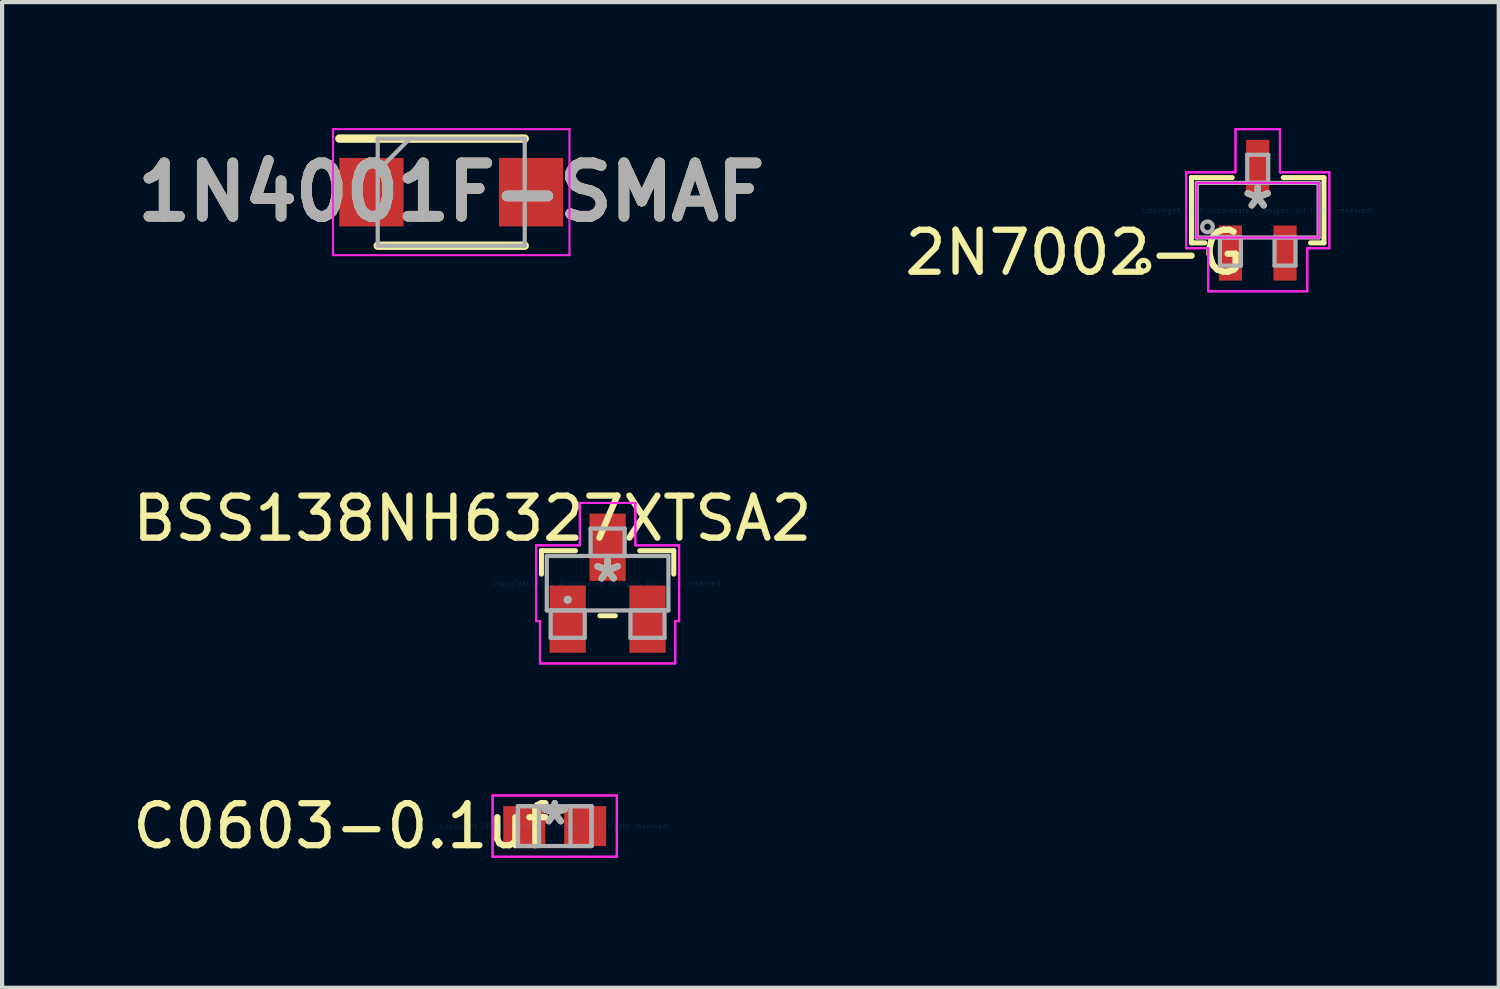
<source format=kicad_pcb>
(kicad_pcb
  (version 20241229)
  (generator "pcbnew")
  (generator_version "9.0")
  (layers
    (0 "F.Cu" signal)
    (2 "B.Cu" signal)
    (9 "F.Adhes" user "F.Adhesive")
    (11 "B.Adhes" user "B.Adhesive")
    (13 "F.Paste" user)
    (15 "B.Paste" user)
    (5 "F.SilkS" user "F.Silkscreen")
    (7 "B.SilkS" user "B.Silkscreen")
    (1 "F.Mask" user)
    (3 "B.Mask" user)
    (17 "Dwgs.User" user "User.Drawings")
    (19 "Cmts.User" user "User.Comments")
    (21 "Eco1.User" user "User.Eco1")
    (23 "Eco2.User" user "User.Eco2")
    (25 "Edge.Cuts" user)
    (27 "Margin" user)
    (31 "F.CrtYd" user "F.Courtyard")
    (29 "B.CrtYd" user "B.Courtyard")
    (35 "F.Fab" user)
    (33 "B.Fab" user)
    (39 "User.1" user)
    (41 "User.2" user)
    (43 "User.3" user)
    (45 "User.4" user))
  (footprint "C0603-0.1uf"
    (layer "F.Cu")
    (at 10.157 16.618)
    (property "Reference" "C0603-0.1uf" (at -5.08 0 0) (layer "F.SilkS") (effects (font (size 1 1) (thickness 0.15))))
    (attr through_hole)
    (fp_line (start -1.479 -0.729) (end 1.479 -0.729) (stroke (width 0.05) (type solid)) (layer "F.CrtYd"))
    (fp_line (start -1.479 -0.729) (end 1.479 -0.729) (stroke (width 0.05) (type solid)) (layer "F.CrtYd"))
    (fp_line (start -1.479 0.729) (end -1.479 -0.729) (stroke (width 0.05) (type solid)) (layer "F.CrtYd"))
    (fp_line (start -1.479 0.729) (end -1.479 -0.729) (stroke (width 0.05) (type solid)) (layer "F.CrtYd"))
    (fp_line (start 1.479 -0.729) (end 1.479 0.729) (stroke (width 0.05) (type solid)) (layer "F.CrtYd"))
    (fp_line (start 1.479 -0.729) (end 1.479 0.729) (stroke (width 0.05) (type solid)) (layer "F.CrtYd"))
    (fp_line (start 1.479 0.729) (end -1.479 0.729) (stroke (width 0.05) (type solid)) (layer "F.CrtYd"))
    (fp_line (start 1.479 0.729) (end -1.479 0.729) (stroke (width 0.05) (type solid)) (layer "F.CrtYd"))
    (fp_line (start -0.875 -0.475) (end -0.875 0.475) (stroke (width 0.1) (type solid)) (layer "F.Fab"))
    (fp_line (start -0.875 -0.475) (end -0.875 0.475) (stroke (width 0.1) (type solid)) (layer "F.Fab"))
    (fp_line (start -0.875 0.475) (end -0.375 0.475) (stroke (width 0.1) (type solid)) (layer "F.Fab"))
    (fp_line (start -0.875 0.475) (end 0.875 0.475) (stroke (width 0.1) (type solid)) (layer "F.Fab"))
    (fp_line (start -0.375 -0.475) (end -0.875 -0.475) (stroke (width 0.1) (type solid)) (layer "F.Fab"))
    (fp_line (start -0.375 0.475) (end -0.375 -0.475) (stroke (width 0.1) (type solid)) (layer "F.Fab"))
    (fp_line (start 0.375 -0.475) (end 0.375 0.475) (stroke (width 0.1) (type solid)) (layer "F.Fab"))
    (fp_line (start 0.375 0.475) (end 0.875 0.475) (stroke (width 0.1) (type solid)) (layer "F.Fab"))
    (fp_line (start 0.875 -0.475) (end -0.875 -0.475) (stroke (width 0.1) (type solid)) (layer "F.Fab"))
    (fp_line (start 0.875 -0.475) (end 0.375 -0.475) (stroke (width 0.1) (type solid)) (layer "F.Fab"))
    (fp_line (start 0.875 0.475) (end 0.875 -0.475) (stroke (width 0.1) (type solid)) (layer "F.Fab"))
    (fp_line (start 0.875 0.475) (end 0.875 -0.475) (stroke (width 0.1) (type solid)) (layer "F.Fab"))
    (fp_text user "*" (at 0 0 0) (layer "F.SilkS") (effects (font (size 1 1) (thickness 0.15))))
    (fp_text user "Copyright 2021 Accelerated Designs. All rights reserved." (at 0 0 0) (layer "Cmts.User") (effects (font (size 0.127 0.127) (thickness 0.002))))
    (fp_text user "*" (at 0 0 0) (layer "F.Fab") (effects (font (size 1 1) (thickness 0.15))))
    (pad "1" smd rect (at -0.725 0) (size 1 0.95) (layers "F.Cu" "F.Mask" "F.Paste"))
    (pad "2" smd rect (at 0.725 0) (size 1 0.95) (layers "F.Cu" "F.Mask" "F.Paste")))
  (footprint "2N7002-G"
    (layer "F.Cu")
    (at 26.894 1.955)
    (property "Reference" "2N7002-G" (at -4.36 1.01 0) (layer "F.SilkS") (effects (font (size 1 1) (thickness 0.15))))
    (attr through_hole)
    (fp_line (start -1.577 -0.777) (end -1.577 0.777) (stroke (width 0.12) (type solid)) (layer "F.SilkS"))
    (fp_line (start -1.577 0.777) (end -1.258 0.777) (stroke (width 0.12) (type solid)) (layer "F.SilkS"))
    (fp_line (start -0.608 -0.777) (end -1.577 -0.777) (stroke (width 0.12) (type solid)) (layer "F.SilkS"))
    (fp_line (start 1.258 0.777) (end 1.577 0.777) (stroke (width 0.12) (type solid)) (layer "F.SilkS"))
    (fp_line (start 1.577 -0.777) (end 0.608 -0.777) (stroke (width 0.12) (type solid)) (layer "F.SilkS"))
    (fp_line (start 1.577 0.777) (end 1.577 -0.777) (stroke (width 0.12) (type solid)) (layer "F.SilkS"))
    (fp_circle (center -2.72 1.32) (end -2.593 1.32) (stroke (width 0.12) (type solid)) (fill no) (layer "F.SilkS"))
    (fp_line (start -1.704 -0.904) (end -0.529 -0.904) (stroke (width 0.05) (type solid)) (layer "F.CrtYd"))
    (fp_line (start -1.704 -0.904) (end -0.529 -0.904) (stroke (width 0.05) (type solid)) (layer "F.CrtYd"))
    (fp_line (start -1.704 0.904) (end -1.704 -0.904) (stroke (width 0.05) (type solid)) (layer "F.CrtYd"))
    (fp_line (start -1.704 0.904) (end -1.704 -0.904) (stroke (width 0.05) (type solid)) (layer "F.CrtYd"))
    (fp_line (start -1.704 0.904) (end -1.179 0.904) (stroke (width 0.05) (type solid)) (layer "F.CrtYd"))
    (fp_line (start -1.45 -0.65) (end 1.45 -0.65) (stroke (width 0.05) (type solid)) (layer "F.CrtYd"))
    (fp_line (start -1.45 0.65) (end -1.45 -0.65) (stroke (width 0.05) (type solid)) (layer "F.CrtYd"))
    (fp_line (start -1.179 0.904) (end -1.704 0.904) (stroke (width 0.05) (type solid)) (layer "F.CrtYd"))
    (fp_line (start -1.179 0.904) (end -1.179 1.93) (stroke (width 0.05) (type solid)) (layer "F.CrtYd"))
    (fp_line (start -1.179 1.93) (end -1.179 0.904) (stroke (width 0.05) (type solid)) (layer "F.CrtYd"))
    (fp_line (start -1.179 1.93) (end 1.179 1.93) (stroke (width 0.05) (type solid)) (layer "F.CrtYd"))
    (fp_line (start -0.529 -1.93) (end 0.529 -1.93) (stroke (width 0.05) (type solid)) (layer "F.CrtYd"))
    (fp_line (start -0.529 -1.93) (end 0.529 -1.93) (stroke (width 0.05) (type solid)) (layer "F.CrtYd"))
    (fp_line (start -0.529 -0.904) (end -0.529 -1.93) (stroke (width 0.05) (type solid)) (layer "F.CrtYd"))
    (fp_line (start -0.529 -0.904) (end -0.529 -1.93) (stroke (width 0.05) (type solid)) (layer "F.CrtYd"))
    (fp_line (start 0.529 -1.93) (end 0.529 -0.904) (stroke (width 0.05) (type solid)) (layer "F.CrtYd"))
    (fp_line (start 0.529 -0.904) (end 0.529 -1.93) (stroke (width 0.05) (type solid)) (layer "F.CrtYd"))
    (fp_line (start 0.529 -0.904) (end 1.704 -0.904) (stroke (width 0.05) (type solid)) (layer "F.CrtYd"))
    (fp_line (start 1.179 0.904) (end 1.179 1.93) (stroke (width 0.05) (type solid)) (layer "F.CrtYd"))
    (fp_line (start 1.179 0.904) (end 1.179 1.93) (stroke (width 0.05) (type solid)) (layer "F.CrtYd"))
    (fp_line (start 1.179 1.93) (end -1.179 1.93) (stroke (width 0.05) (type solid)) (layer "F.CrtYd"))
    (fp_line (start 1.45 -0.65) (end 1.45 0.65) (stroke (width 0.05) (type solid)) (layer "F.CrtYd"))
    (fp_line (start 1.45 0.65) (end -1.45 0.65) (stroke (width 0.05) (type solid)) (layer "F.CrtYd"))
    (fp_line (start 1.704 -0.904) (end 0.529 -0.904) (stroke (width 0.05) (type solid)) (layer "F.CrtYd"))
    (fp_line (start 1.704 -0.904) (end 1.704 0.904) (stroke (width 0.05) (type solid)) (layer "F.CrtYd"))
    (fp_line (start 1.704 -0.904) (end 1.704 0.904) (stroke (width 0.05) (type solid)) (layer "F.CrtYd"))
    (fp_line (start 1.704 0.904) (end 1.179 0.904) (stroke (width 0.05) (type solid)) (layer "F.CrtYd"))
    (fp_line (start 1.704 0.904) (end 1.179 0.904) (stroke (width 0.05) (type solid)) (layer "F.CrtYd"))
    (fp_line (start -1.45 -0.65) (end -1.45 0.65) (stroke (width 0.1) (type solid)) (layer "F.Fab"))
    (fp_line (start -1.45 0.65) (end 1.45 0.65) (stroke (width 0.1) (type solid)) (layer "F.Fab"))
    (fp_line (start -0.9 0.65) (end -0.9 1.32) (stroke (width 0.1) (type solid)) (layer "F.Fab"))
    (fp_line (start -0.9 1.32) (end -0.4 1.32) (stroke (width 0.1) (type solid)) (layer "F.Fab"))
    (fp_line (start -0.4 0.65) (end -0.9 0.65) (stroke (width 0.1) (type solid)) (layer "F.Fab"))
    (fp_line (start -0.4 1.32) (end -0.4 0.65) (stroke (width 0.1) (type solid)) (layer "F.Fab"))
    (fp_line (start -0.25 -1.32) (end -0.25 -0.65) (stroke (width 0.1) (type solid)) (layer "F.Fab"))
    (fp_line (start -0.25 -0.65) (end 0.25 -0.65) (stroke (width 0.1) (type solid)) (layer "F.Fab"))
    (fp_line (start 0.25 -1.32) (end -0.25 -1.32) (stroke (width 0.1) (type solid)) (layer "F.Fab"))
    (fp_line (start 0.25 -0.65) (end 0.25 -1.32) (stroke (width 0.1) (type solid)) (layer "F.Fab"))
    (fp_line (start 0.4 0.65) (end 0.4 1.32) (stroke (width 0.1) (type solid)) (layer "F.Fab"))
    (fp_line (start 0.4 1.32) (end 0.9 1.32) (stroke (width 0.1) (type solid)) (layer "F.Fab"))
    (fp_line (start 0.9 0.65) (end 0.4 0.65) (stroke (width 0.1) (type solid)) (layer "F.Fab"))
    (fp_line (start 0.9 1.32) (end 0.9 0.65) (stroke (width 0.1) (type solid)) (layer "F.Fab"))
    (fp_line (start 1.45 -0.65) (end -1.45 -0.65) (stroke (width 0.1) (type solid)) (layer "F.Fab"))
    (fp_line (start 1.45 0.65) (end 1.45 -0.65) (stroke (width 0.1) (type solid)) (layer "F.Fab"))
    (fp_circle (center -1.196 0.396) (end -1.069 0.396) (stroke (width 0.1) (type solid)) (fill no) (layer "F.Fab"))
    (fp_text user "*" (at 0 0 0) (layer "F.SilkS") (effects (font (size 1 1) (thickness 0.15))))
    (fp_text user "Copyright 2021 Accelerated Designs. All rights reserved." (at 0 0 0) (layer "Cmts.User") (effects (font (size 0.127 0.127) (thickness 0.002))))
    (fp_text user "*" (at 0 0 0) (layer "F.Fab") (effects (font (size 1 1) (thickness 0.15))))
    (pad "1" smd rect (at -0.65 1.02) (size 0.551 1.311) (layers "F.Cu" "F.Mask" "F.Paste"))
    (pad "2" smd rect (at 0.65 1.02) (size 0.551 1.311) (layers "F.Cu" "F.Mask" "F.Paste"))
    (pad "3" smd rect (at 0 -1.02) (size 0.551 1.311) (layers "F.Cu" "F.Mask" "F.Paste")))
  (footprint "BSS138NH6327XTSA2"
    (layer "F.Cu")
    (at 11.416 10.835)
    (property "Reference" "BSS138NH6327XTSA2" (at -3.22 -1.54 0) (layer "F.SilkS") (effects (font (size 1 1) (thickness 0.15))))
    (attr through_hole)
    (fp_line (start -1.575 -0.775) (end -1.575 -0.216) (stroke (width 0.12) (type solid)) (layer "F.SilkS"))
    (fp_line (start -0.765 -0.775) (end -1.575 -0.775) (stroke (width 0.12) (type solid)) (layer "F.SilkS"))
    (fp_line (start -0.185 0.775) (end 0.185 0.775) (stroke (width 0.12) (type solid)) (layer "F.SilkS"))
    (fp_line (start 1.575 -0.775) (end 0.765 -0.775) (stroke (width 0.12) (type solid)) (layer "F.SilkS"))
    (fp_line (start 1.575 -0.216) (end 1.575 -0.775) (stroke (width 0.12) (type solid)) (layer "F.SilkS"))
    (fp_line (start -1.702 -0.902) (end -0.66 -0.902) (stroke (width 0.05) (type solid)) (layer "F.CrtYd"))
    (fp_line (start -1.702 -0.902) (end -0.66 -0.902) (stroke (width 0.05) (type solid)) (layer "F.CrtYd"))
    (fp_line (start -1.702 0.902) (end -1.702 -0.902) (stroke (width 0.05) (type solid)) (layer "F.CrtYd"))
    (fp_line (start -1.702 0.902) (end -1.702 -0.902) (stroke (width 0.05) (type solid)) (layer "F.CrtYd"))
    (fp_line (start -1.702 0.902) (end -1.61 0.902) (stroke (width 0.05) (type solid)) (layer "F.CrtYd"))
    (fp_line (start -1.61 0.902) (end -1.702 0.902) (stroke (width 0.05) (type solid)) (layer "F.CrtYd"))
    (fp_line (start -1.61 0.902) (end -1.61 1.91) (stroke (width 0.05) (type solid)) (layer "F.CrtYd"))
    (fp_line (start -1.61 1.91) (end -1.61 0.902) (stroke (width 0.05) (type solid)) (layer "F.CrtYd"))
    (fp_line (start -1.61 1.91) (end 1.61 1.91) (stroke (width 0.05) (type solid)) (layer "F.CrtYd"))
    (fp_line (start -0.66 -1.91) (end 0.66 -1.91) (stroke (width 0.05) (type solid)) (layer "F.CrtYd"))
    (fp_line (start -0.66 -1.91) (end 0.66 -1.91) (stroke (width 0.05) (type solid)) (layer "F.CrtYd"))
    (fp_line (start -0.66 -0.902) (end -0.66 -1.91) (stroke (width 0.05) (type solid)) (layer "F.CrtYd"))
    (fp_line (start -0.66 -0.902) (end -0.66 -1.91) (stroke (width 0.05) (type solid)) (layer "F.CrtYd"))
    (fp_line (start 0.66 -1.91) (end 0.66 -0.902) (stroke (width 0.05) (type solid)) (layer "F.CrtYd"))
    (fp_line (start 0.66 -0.902) (end 0.66 -1.91) (stroke (width 0.05) (type solid)) (layer "F.CrtYd"))
    (fp_line (start 0.66 -0.902) (end 1.702 -0.902) (stroke (width 0.05) (type solid)) (layer "F.CrtYd"))
    (fp_line (start 1.61 0.902) (end 1.61 1.91) (stroke (width 0.05) (type solid)) (layer "F.CrtYd"))
    (fp_line (start 1.61 0.902) (end 1.61 1.91) (stroke (width 0.05) (type solid)) (layer "F.CrtYd"))
    (fp_line (start 1.61 1.91) (end -1.61 1.91) (stroke (width 0.05) (type solid)) (layer "F.CrtYd"))
    (fp_line (start 1.702 -0.902) (end 0.66 -0.902) (stroke (width 0.05) (type solid)) (layer "F.CrtYd"))
    (fp_line (start 1.702 -0.902) (end 1.702 0.902) (stroke (width 0.05) (type solid)) (layer "F.CrtYd"))
    (fp_line (start 1.702 -0.902) (end 1.702 0.902) (stroke (width 0.05) (type solid)) (layer "F.CrtYd"))
    (fp_line (start 1.702 0.902) (end 1.61 0.902) (stroke (width 0.05) (type solid)) (layer "F.CrtYd"))
    (fp_line (start 1.702 0.902) (end 1.61 0.902) (stroke (width 0.05) (type solid)) (layer "F.CrtYd"))
    (fp_line (start -1.448 -0.648) (end -1.448 0.648) (stroke (width 0.1) (type solid)) (layer "F.Fab"))
    (fp_line (start -1.448 0.648) (end 1.448 0.648) (stroke (width 0.1) (type solid)) (layer "F.Fab"))
    (fp_line (start -1.356 0.648) (end -1.356 1.3) (stroke (width 0.1) (type solid)) (layer "F.Fab"))
    (fp_line (start -1.356 1.3) (end -0.544 1.3) (stroke (width 0.1) (type solid)) (layer "F.Fab"))
    (fp_line (start -0.544 0.648) (end -1.356 0.648) (stroke (width 0.1) (type solid)) (layer "F.Fab"))
    (fp_line (start -0.544 1.3) (end -0.544 0.648) (stroke (width 0.1) (type solid)) (layer "F.Fab"))
    (fp_line (start -0.406 -1.3) (end -0.406 -0.648) (stroke (width 0.1) (type solid)) (layer "F.Fab"))
    (fp_line (start -0.406 -0.648) (end 0.406 -0.648) (stroke (width 0.1) (type solid)) (layer "F.Fab"))
    (fp_line (start 0.406 -1.3) (end -0.406 -1.3) (stroke (width 0.1) (type solid)) (layer "F.Fab"))
    (fp_line (start 0.406 -0.648) (end 0.406 -1.3) (stroke (width 0.1) (type solid)) (layer "F.Fab"))
    (fp_line (start 0.544 0.648) (end 0.544 1.3) (stroke (width 0.1) (type solid)) (layer "F.Fab"))
    (fp_line (start 0.544 1.3) (end 1.356 1.3) (stroke (width 0.1) (type solid)) (layer "F.Fab"))
    (fp_line (start 1.356 0.648) (end 0.544 0.648) (stroke (width 0.1) (type solid)) (layer "F.Fab"))
    (fp_line (start 1.356 1.3) (end 1.356 0.648) (stroke (width 0.1) (type solid)) (layer "F.Fab"))
    (fp_line (start 1.448 -0.648) (end -1.448 -0.648) (stroke (width 0.1) (type solid)) (layer "F.Fab"))
    (fp_line (start 1.448 0.648) (end 1.448 -0.648) (stroke (width 0.1) (type solid)) (layer "F.Fab"))
    (fp_circle (center -0.95 0.394) (end -0.95 0.394) (stroke (width 0.1) (type solid)) (fill no) (layer "F.Fab"))
    (fp_text user "*" (at 0 0 0) (layer "F.SilkS") (effects (font (size 1 1) (thickness 0.15))))
    (fp_text user " " (at 0 -3.078 0) (layer "Cmts.User") (effects (font (size 1 1) (thickness 0.15))))
    (fp_text user "Copyright 2021 Accelerated Designs. All rights reserved." (at 0 0 0) (layer "Cmts.User") (effects (font (size 0.127 0.127) (thickness 0.002))))
    (fp_text user "*" (at 0 0 0) (layer "F.Fab") (effects (font (size 1 1) (thickness 0.15))))
    (pad "1" smd rect (at -0.95 0.856) (size 0.864 1.6) (layers "F.Cu" "F.Mask" "F.Paste"))
    (pad "2" smd rect (at 0.95 0.856) (size 0.864 1.6) (layers "F.Cu" "F.Mask" "F.Paste"))
    (pad "3" smd rect (at 0 -0.856) (size 0.864 1.6) (layers "F.Cu" "F.Mask" "F.Paste")))
  (footprint "1N4001F-SMAF"
    (layer "F.Cu")
    (at 7.693 1.525)
    (property "Reference" "1N4001F-SMAF" (at 0 0 0) (layer "F.SilkS") (effects (font (size 1.27 1.27) (thickness 0.254))))
    (attr smd)
    (fp_line (start -2.665 -1.275) (end 1.75 -1.275) (stroke (width 0.2) (type solid)) (layer "F.SilkS"))
    (fp_line (start -1.75 1.275) (end 1.75 1.275) (stroke (width 0.2) (type solid)) (layer "F.SilkS"))
    (fp_line (start -2.815 -1.5) (end 2.815 -1.5) (stroke (width 0.05) (type solid)) (layer "F.CrtYd"))
    (fp_line (start -2.815 1.5) (end -2.815 -1.5) (stroke (width 0.05) (type solid)) (layer "F.CrtYd"))
    (fp_line (start 2.815 -1.5) (end 2.815 1.5) (stroke (width 0.05) (type solid)) (layer "F.CrtYd"))
    (fp_line (start 2.815 1.5) (end -2.815 1.5) (stroke (width 0.05) (type solid)) (layer "F.CrtYd"))
    (fp_line (start -1.75 -1.275) (end 1.75 -1.275) (stroke (width 0.1) (type solid)) (layer "F.Fab"))
    (fp_line (start -1.75 -0.51) (end -0.985 -1.275) (stroke (width 0.1) (type solid)) (layer "F.Fab"))
    (fp_line (start -1.75 1.275) (end -1.75 -1.275) (stroke (width 0.1) (type solid)) (layer "F.Fab"))
    (fp_line (start 1.75 -1.275) (end 1.75 1.275) (stroke (width 0.1) (type solid)) (layer "F.Fab"))
    (fp_line (start 1.75 1.275) (end -1.75 1.275) (stroke (width 0.1) (type solid)) (layer "F.Fab"))
    (fp_text user "${REFERENCE}" (at 0 0 0) (layer "F.Fab") (effects (font (size 1.27 1.27) (thickness 0.254))))
    (pad "1" smd rect (at -1.9 0) (size 1.53 1.63) (layers "F.Cu" "F.Mask" "F.Paste"))
    (pad "2" smd rect (at 1.9 0) (size 1.53 1.63) (layers "F.Cu" "F.Mask" "F.Paste")))
  (gr_rect
    (start -3 -3)
    (end 32.633 20.467)
    (stroke (width 0.1) (type default))
    (fill no)
    (layer "Edge.Cuts")))
</source>
